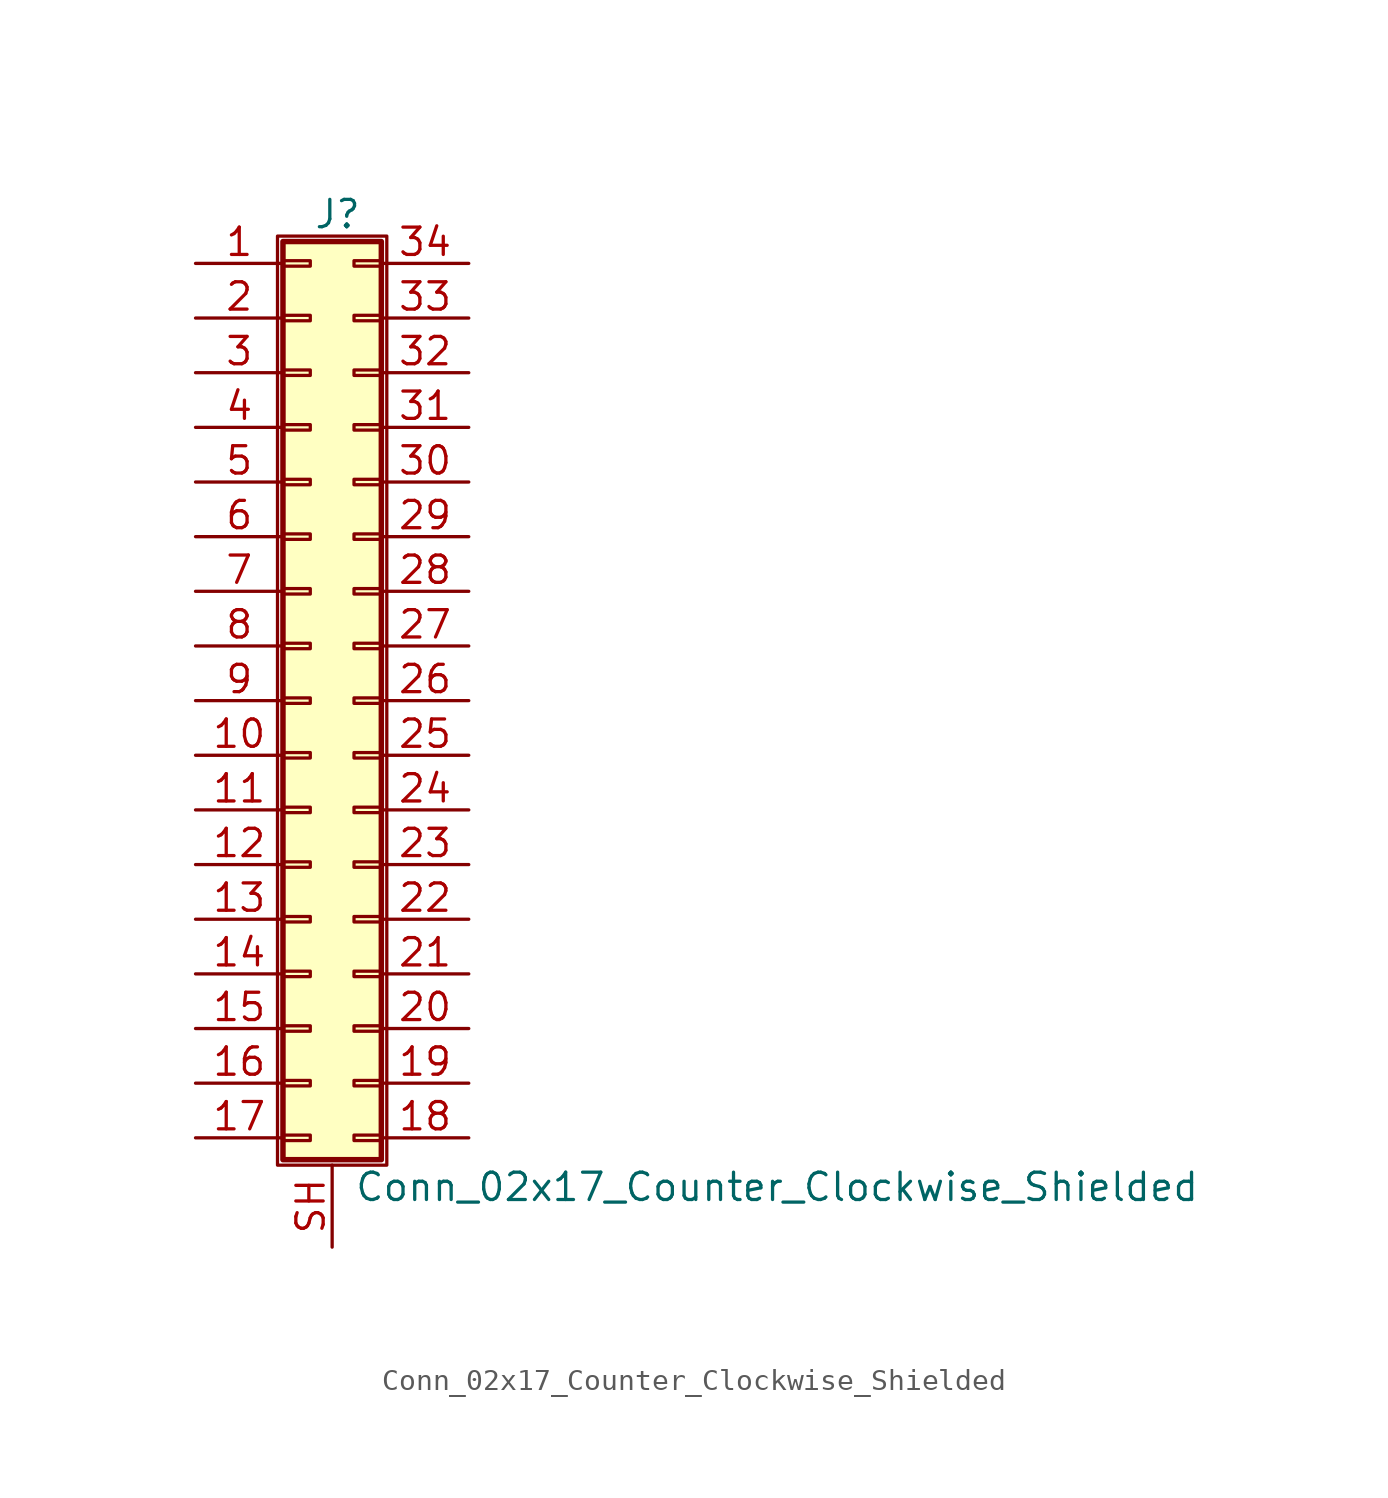
<source format=kicad_sym>
(kicad_symbol_lib
  (version 20201005)
  (generator kicad_symbol_editor)
  (symbol "Conn_02x17_Counter_Clockwise_Shielded"
    (pin_names
      (offset 1.016) hide)
    (property "Reference" "J"
      (at 1.524 22.606 0)
      (effects (font (size 1.27 1.27))))
    (property "Value" "Conn_02x17_Counter_Clockwise_Shielded"
      (at 2.286 -22.606 0)
      (effects (font (size 1.27 1.27)) (justify left)))
    (symbol "Conn_02x17_Counter_Clockwise_Shielded_1_1"
      (rectangle (start -1.27 21.59) (end 3.81 -21.59) (stroke (width 0.152)) (fill (type none)))
      (rectangle (start -1.016 -20.193) (end 0.254 -20.447) (stroke (width 0.152)) (fill (type none)))
      (rectangle (start -1.016 -17.653) (end 0.254 -17.907) (stroke (width 0.152)) (fill (type none)))
      (rectangle (start -1.016 -15.113) (end 0.254 -15.367) (stroke (width 0.152)) (fill (type none)))
      (rectangle (start -1.016 -12.573) (end 0.254 -12.827) (stroke (width 0.152)) (fill (type none)))
      (rectangle (start -1.016 -10.033) (end 0.254 -10.287) (stroke (width 0.152)) (fill (type none)))
      (rectangle (start -1.016 -7.493) (end 0.254 -7.747) (stroke (width 0.152)) (fill (type none)))
      (rectangle (start -1.016 -4.953) (end 0.254 -5.207) (stroke (width 0.152)) (fill (type none)))
      (rectangle (start -1.016 -2.413) (end 0.254 -2.667) (stroke (width 0.152)) (fill (type none)))
      (rectangle (start -1.016 0.127) (end 0.254 -0.127) (stroke (width 0.152)) (fill (type none)))
      (rectangle (start -1.016 2.667) (end 0.254 2.413) (stroke (width 0.152)) (fill (type none)))
      (rectangle (start -1.016 5.207) (end 0.254 4.953) (stroke (width 0.152)) (fill (type none)))
      (rectangle (start -1.016 7.747) (end 0.254 7.493) (stroke (width 0.152)) (fill (type none)))
      (rectangle (start -1.016 10.287) (end 0.254 10.033) (stroke (width 0.152)) (fill (type none)))
      (rectangle (start -1.016 12.827) (end 0.254 12.573) (stroke (width 0.152)) (fill (type none)))
      (rectangle (start -1.016 15.367) (end 0.254 15.113) (stroke (width 0.152)) (fill (type none)))
      (rectangle (start -1.016 17.907) (end 0.254 17.653) (stroke (width 0.152)) (fill (type none)))
      (rectangle (start -1.016 20.447) (end 0.254 20.193) (stroke (width 0.152)) (fill (type none)))
      (rectangle (start -1.016 21.336) (end 3.556 -21.336) (stroke (width 0.254)) (fill (type background)))
      (rectangle (start 3.556 -20.193) (end 2.286 -20.447) (stroke (width 0.152)) (fill (type none)))
      (rectangle (start 3.556 -17.653) (end 2.286 -17.907) (stroke (width 0.152)) (fill (type none)))
      (rectangle (start 3.556 -15.113) (end 2.286 -15.367) (stroke (width 0.152)) (fill (type none)))
      (rectangle (start 3.556 -12.573) (end 2.286 -12.827) (stroke (width 0.152)) (fill (type none)))
      (rectangle (start 3.556 -10.033) (end 2.286 -10.287) (stroke (width 0.152)) (fill (type none)))
      (rectangle (start 3.556 -7.493) (end 2.286 -7.747) (stroke (width 0.152)) (fill (type none)))
      (rectangle (start 3.556 -4.953) (end 2.286 -5.207) (stroke (width 0.152)) (fill (type none)))
      (rectangle (start 3.556 -2.413) (end 2.286 -2.667) (stroke (width 0.152)) (fill (type none)))
      (rectangle (start 3.556 0.127) (end 2.286 -0.127) (stroke (width 0.152)) (fill (type none)))
      (rectangle (start 3.556 2.667) (end 2.286 2.413) (stroke (width 0.152)) (fill (type none)))
      (rectangle (start 3.556 5.207) (end 2.286 4.953) (stroke (width 0.152)) (fill (type none)))
      (rectangle (start 3.556 7.747) (end 2.286 7.493) (stroke (width 0.152)) (fill (type none)))
      (rectangle (start 3.556 10.287) (end 2.286 10.033) (stroke (width 0.152)) (fill (type none)))
      (rectangle (start 3.556 12.827) (end 2.286 12.573) (stroke (width 0.152)) (fill (type none)))
      (rectangle (start 3.556 15.367) (end 2.286 15.113) (stroke (width 0.152)) (fill (type none)))
      (rectangle (start 3.556 17.907) (end 2.286 17.653) (stroke (width 0.152)) (fill (type none)))
      (rectangle (start 3.556 20.447) (end 2.286 20.193) (stroke (width 0.152)) (fill (type none)))
      (pin passive line (at -5.08 20.32 0) (length 4.064) (name "Pin_1" (effects (font (size 1.27 1.27)))) (number "1" (effects (font (size 1.27 1.27)))))
      (pin passive line (at -5.08 -2.54 0) (length 4.064) (name "Pin_10" (effects (font (size 1.27 1.27)))) (number "10" (effects (font (size 1.27 1.27)))))
      (pin passive line (at -5.08 -5.08 0) (length 4.064) (name "Pin_11" (effects (font (size 1.27 1.27)))) (number "11" (effects (font (size 1.27 1.27)))))
      (pin passive line (at -5.08 -7.62 0) (length 4.064) (name "Pin_12" (effects (font (size 1.27 1.27)))) (number "12" (effects (font (size 1.27 1.27)))))
      (pin passive line (at -5.08 -10.16 0) (length 4.064) (name "Pin_13" (effects (font (size 1.27 1.27)))) (number "13" (effects (font (size 1.27 1.27)))))
      (pin passive line (at -5.08 -12.7 0) (length 4.064) (name "Pin_14" (effects (font (size 1.27 1.27)))) (number "14" (effects (font (size 1.27 1.27)))))
      (pin passive line (at -5.08 -15.24 0) (length 4.064) (name "Pin_15" (effects (font (size 1.27 1.27)))) (number "15" (effects (font (size 1.27 1.27)))))
      (pin passive line (at -5.08 -17.78 0) (length 4.064) (name "Pin_16" (effects (font (size 1.27 1.27)))) (number "16" (effects (font (size 1.27 1.27)))))
      (pin passive line (at -5.08 -20.32 0) (length 4.064) (name "Pin_17" (effects (font (size 1.27 1.27)))) (number "17" (effects (font (size 1.27 1.27)))))
      (pin passive line (at 7.62 -20.32 180) (length 4.064) (name "Pin_18" (effects (font (size 1.27 1.27)))) (number "18" (effects (font (size 1.27 1.27)))))
      (pin passive line (at 7.62 -17.78 180) (length 4.064) (name "Pin_19" (effects (font (size 1.27 1.27)))) (number "19" (effects (font (size 1.27 1.27)))))
      (pin passive line (at -5.08 17.78 0) (length 4.064) (name "Pin_2" (effects (font (size 1.27 1.27)))) (number "2" (effects (font (size 1.27 1.27)))))
      (pin passive line (at 7.62 -15.24 180) (length 4.064) (name "Pin_20" (effects (font (size 1.27 1.27)))) (number "20" (effects (font (size 1.27 1.27)))))
      (pin passive line (at 7.62 -12.7 180) (length 4.064) (name "Pin_21" (effects (font (size 1.27 1.27)))) (number "21" (effects (font (size 1.27 1.27)))))
      (pin passive line (at 7.62 -10.16 180) (length 4.064) (name "Pin_22" (effects (font (size 1.27 1.27)))) (number "22" (effects (font (size 1.27 1.27)))))
      (pin passive line (at 7.62 -7.62 180) (length 4.064) (name "Pin_23" (effects (font (size 1.27 1.27)))) (number "23" (effects (font (size 1.27 1.27)))))
      (pin passive line (at 7.62 -5.08 180) (length 4.064) (name "Pin_24" (effects (font (size 1.27 1.27)))) (number "24" (effects (font (size 1.27 1.27)))))
      (pin passive line (at 7.62 -2.54 180) (length 4.064) (name "Pin_25" (effects (font (size 1.27 1.27)))) (number "25" (effects (font (size 1.27 1.27)))))
      (pin passive line (at 7.62 0 180) (length 4.064) (name "Pin_26" (effects (font (size 1.27 1.27)))) (number "26" (effects (font (size 1.27 1.27)))))
      (pin passive line (at 7.62 2.54 180) (length 4.064) (name "Pin_27" (effects (font (size 1.27 1.27)))) (number "27" (effects (font (size 1.27 1.27)))))
      (pin passive line (at 7.62 5.08 180) (length 4.064) (name "Pin_28" (effects (font (size 1.27 1.27)))) (number "28" (effects (font (size 1.27 1.27)))))
      (pin passive line (at 7.62 7.62 180) (length 4.064) (name "Pin_29" (effects (font (size 1.27 1.27)))) (number "29" (effects (font (size 1.27 1.27)))))
      (pin passive line (at -5.08 15.24 0) (length 4.064) (name "Pin_3" (effects (font (size 1.27 1.27)))) (number "3" (effects (font (size 1.27 1.27)))))
      (pin passive line (at 7.62 10.16 180) (length 4.064) (name "Pin_30" (effects (font (size 1.27 1.27)))) (number "30" (effects (font (size 1.27 1.27)))))
      (pin passive line (at 7.62 12.7 180) (length 4.064) (name "Pin_31" (effects (font (size 1.27 1.27)))) (number "31" (effects (font (size 1.27 1.27)))))
      (pin passive line (at 7.62 15.24 180) (length 4.064) (name "Pin_32" (effects (font (size 1.27 1.27)))) (number "32" (effects (font (size 1.27 1.27)))))
      (pin passive line (at 7.62 17.78 180) (length 4.064) (name "Pin_33" (effects (font (size 1.27 1.27)))) (number "33" (effects (font (size 1.27 1.27)))))
      (pin passive line (at 7.62 20.32 180) (length 4.064) (name "Pin_34" (effects (font (size 1.27 1.27)))) (number "34" (effects (font (size 1.27 1.27)))))
      (pin passive line (at -5.08 12.7 0) (length 4.064) (name "Pin_4" (effects (font (size 1.27 1.27)))) (number "4" (effects (font (size 1.27 1.27)))))
      (pin passive line (at -5.08 10.16 0) (length 4.064) (name "Pin_5" (effects (font (size 1.27 1.27)))) (number "5" (effects (font (size 1.27 1.27)))))
      (pin passive line (at -5.08 7.62 0) (length 4.064) (name "Pin_6" (effects (font (size 1.27 1.27)))) (number "6" (effects (font (size 1.27 1.27)))))
      (pin passive line (at -5.08 5.08 0) (length 4.064) (name "Pin_7" (effects (font (size 1.27 1.27)))) (number "7" (effects (font (size 1.27 1.27)))))
      (pin passive line (at -5.08 2.54 0) (length 4.064) (name "Pin_8" (effects (font (size 1.27 1.27)))) (number "8" (effects (font (size 1.27 1.27)))))
      (pin passive line (at -5.08 0 0) (length 4.064) (name "Pin_9" (effects (font (size 1.27 1.27)))) (number "9" (effects (font (size 1.27 1.27)))))
      (pin passive line (at 1.27 -25.4 90) (length 3.81) (name "Shield" (effects (font (size 1.27 1.27)))) (number "SH" (effects (font (size 1.27 1.27))))))))
</source>
